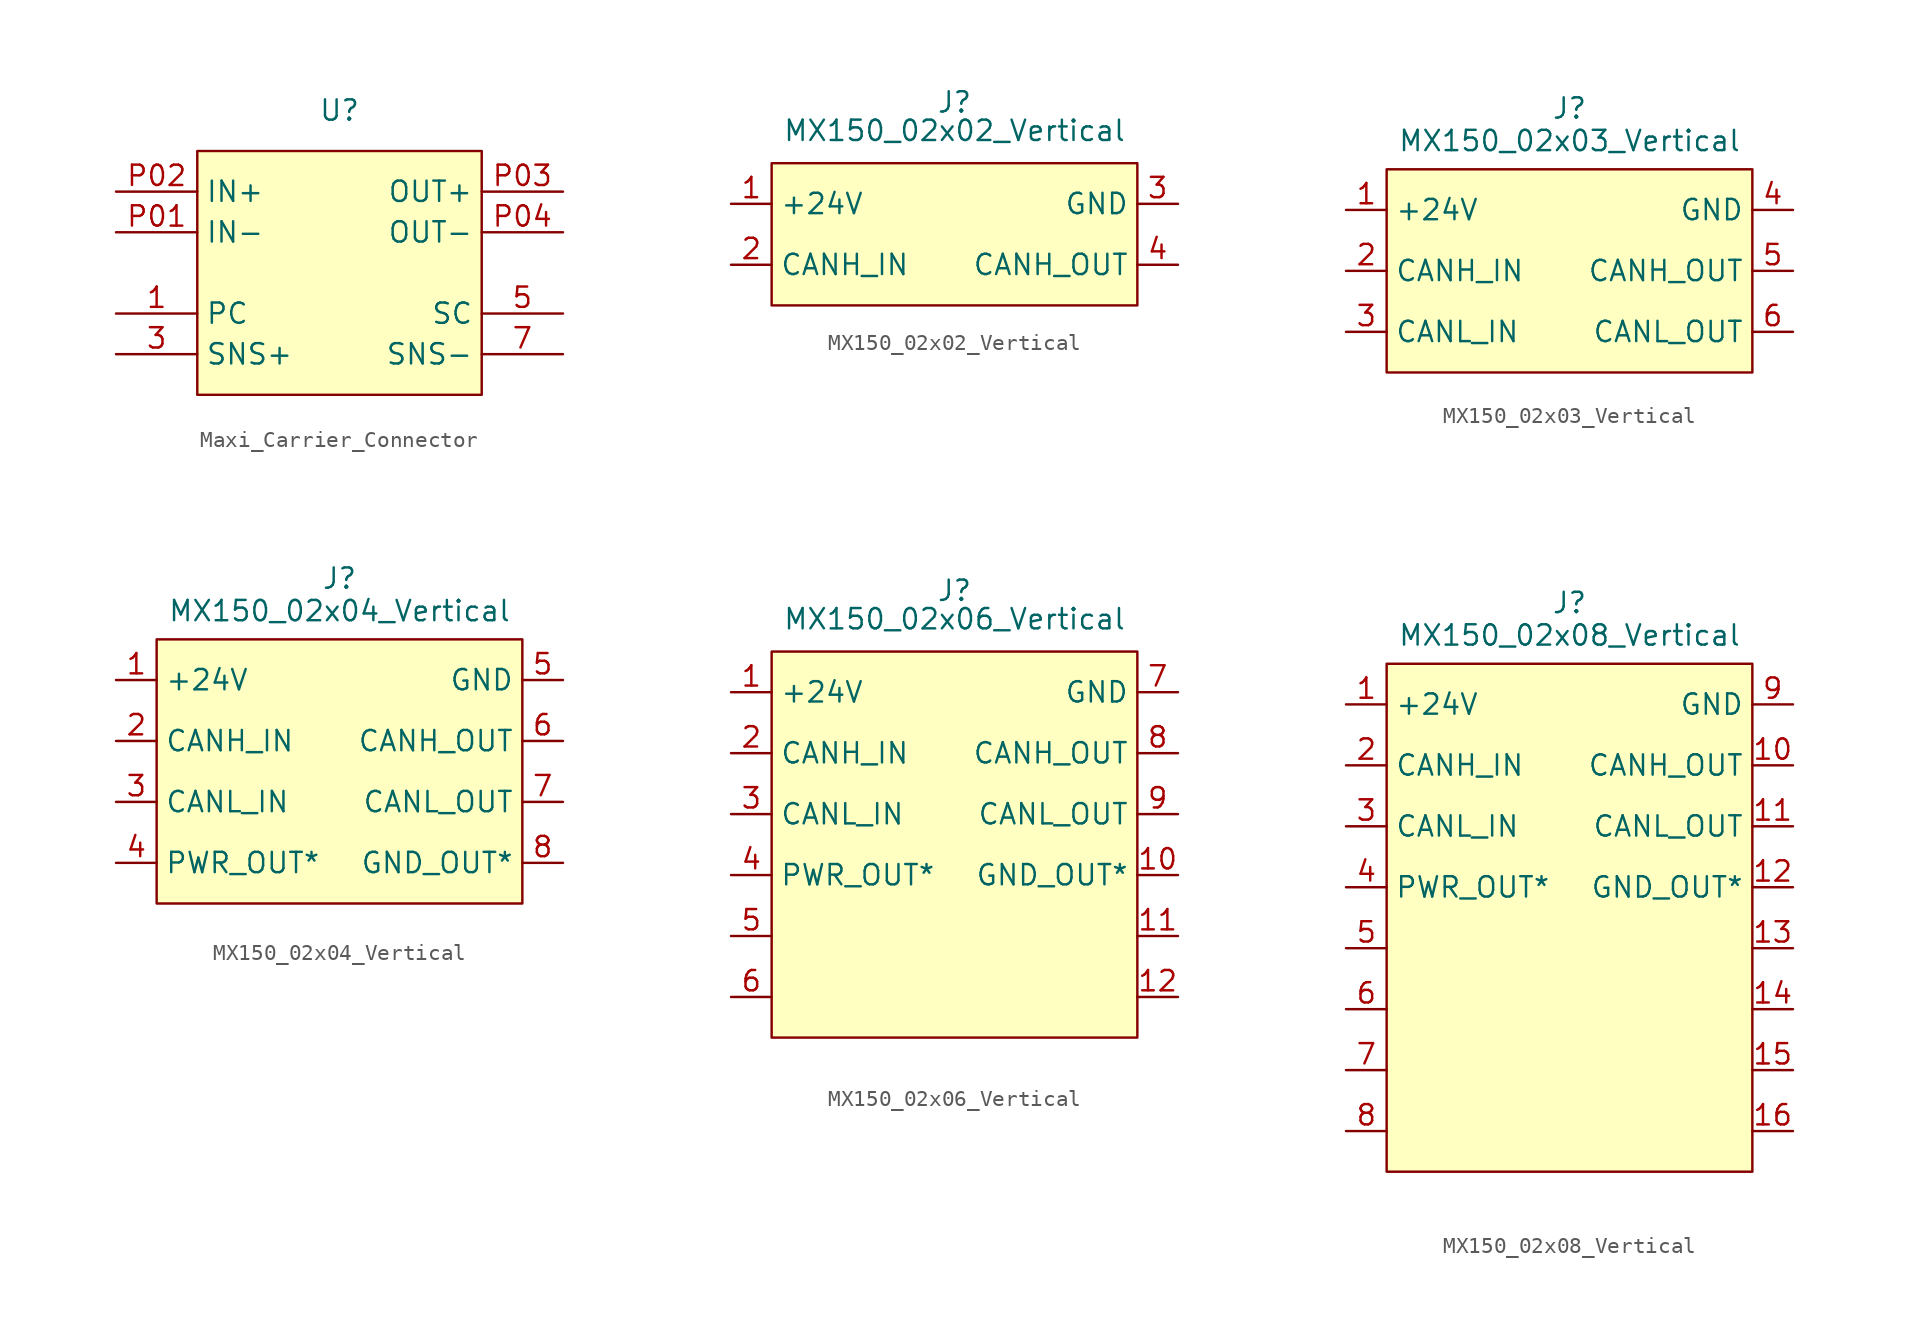
<source format=kicad_sym>
(kicad_symbol_lib
  (version 20241209)
  (generator "kicad_symbol_editor")
  (generator_version "9.0")
  (symbol "Maxi_Carrier_Connector"
    (property "Reference" "U"
      (at 0 0 0)
      (effects (font (size 1.27 1.27))))
    (property "Value" ""
      (at 0 0 0)
      (effects (font (size 1.27 1.27))))
    (symbol "Maxi_Carrier_Connector_1_1"
      (rectangle (start -8.89 -2.54) (end 8.89 -17.78) (stroke (width 0) (type solid)) (fill (type background)))
      (pin power_in line (at -13.97 -5.08 0) (length 5.08) (name "IN+" (effects (font (size 1.27 1.27)))) (number "P02" (effects (font (size 1.27 1.27)))))
      (pin power_in line (at -13.97 -7.62 0) (length 5.08) (name "IN-" (effects (font (size 1.27 1.27)))) (number "P01" (effects (font (size 1.27 1.27)))))
      (pin input line (at -13.97 -12.7 0) (length 5.08) (name "PC" (effects (font (size 1.27 1.27)))) (number "1" (effects (font (size 1.27 1.27)))))
      (pin input line (at -13.97 -15.24 0) (length 5.08) (name "SNS+" (effects (font (size 1.27 1.27)))) (number "3" (effects (font (size 1.27 1.27)))))
      (pin power_out line (at 13.97 -5.08 180) (length 5.08) (name "OUT+" (effects (font (size 1.27 1.27)))) (number "P03" (effects (font (size 1.27 1.27)))))
      (pin power_out line (at 13.97 -7.62 180) (length 5.08) (name "OUT-" (effects (font (size 1.27 1.27)))) (number "P04" (effects (font (size 1.27 1.27)))))
      (pin input line (at 13.97 -12.7 180) (length 5.08) (name "SC" (effects (font (size 1.27 1.27)))) (number "5" (effects (font (size 1.27 1.27)))))
      (pin input line (at 13.97 -15.24 180) (length 5.08) (name "SNS-" (effects (font (size 1.27 1.27)))) (number "7" (effects (font (size 1.27 1.27)))))))
  (symbol "MX150_02x02_Vertical"
    (property "Reference" "J"
      (at 0 0 0)
      (effects (font (size 1.27 1.27))))
    (property "Value" "MX150_02x02_Vertical"
      (at 0 -1.778 0)
      (effects (font (size 1.27 1.27))))
    (symbol "MX150_02x02_Vertical_1_1"
      (rectangle (start -11.43 -3.81) (end 11.43 -12.7) (stroke (width 0) (type solid)) (fill (type color) (color 255 255 194 1)))
      (pin power_in line (at -13.97 -6.35 0) (length 2.54) (name "+24V" (effects (font (size 1.27 1.27)))) (number "1" (effects (font (size 1.27 1.27)))))
      (pin bidirectional line (at -13.97 -10.16 0) (length 2.54) (name "CANH_IN" (effects (font (size 1.27 1.27)))) (number "2" (effects (font (size 1.27 1.27)))))
      (pin power_in line (at 13.97 -6.35 180) (length 2.54) (name "GND" (effects (font (size 1.27 1.27)))) (number "3" (effects (font (size 1.27 1.27)))))
      (pin bidirectional line (at 13.97 -10.16 180) (length 2.54) (name "CANH_OUT" (effects (font (size 1.27 1.27)))) (number "4" (effects (font (size 1.27 1.27)))))))
  (symbol "MX150_02x03_Vertical"
    (property "Reference" "J"
      (at 0 0 0)
      (effects (font (size 1.27 1.27))))
    (property "Value" "MX150_02x03_Vertical"
      (at 0 -2.032 0)
      (effects (font (size 1.27 1.27))))
    (symbol "MX150_02x03_Vertical_1_1"
      (rectangle (start -11.43 -3.81) (end 11.43 -16.51) (stroke (width 0) (type solid)) (fill (type color) (color 255 255 194 1)))
      (pin power_in line (at -13.97 -6.35 0) (length 2.54) (name "+24V" (effects (font (size 1.27 1.27)))) (number "1" (effects (font (size 1.27 1.27)))))
      (pin bidirectional line (at -13.97 -10.16 0) (length 2.54) (name "CANH_IN" (effects (font (size 1.27 1.27)))) (number "2" (effects (font (size 1.27 1.27)))))
      (pin bidirectional line (at -13.97 -13.97 0) (length 2.54) (name "CANL_IN" (effects (font (size 1.27 1.27)))) (number "3" (effects (font (size 1.27 1.27)))))
      (pin power_in line (at 13.97 -6.35 180) (length 2.54) (name "GND" (effects (font (size 1.27 1.27)))) (number "4" (effects (font (size 1.27 1.27)))))
      (pin bidirectional line (at 13.97 -10.16 180) (length 2.54) (name "CANH_OUT" (effects (font (size 1.27 1.27)))) (number "5" (effects (font (size 1.27 1.27)))))
      (pin bidirectional line (at 13.97 -13.97 180) (length 2.54) (name "CANL_OUT" (effects (font (size 1.27 1.27)))) (number "6" (effects (font (size 1.27 1.27)))))))
  (symbol "MX150_02x04_Vertical"
    (property "Reference" "J"
      (at 0 0 0)
      (effects (font (size 1.27 1.27))))
    (property "Value" "MX150_02x04_Vertical"
      (at 0 -2.032 0)
      (effects (font (size 1.27 1.27))))
    (symbol "MX150_02x04_Vertical_1_1"
      (rectangle (start -11.43 -3.81) (end 11.43 -20.32) (stroke (width 0) (type solid)) (fill (type color) (color 255 255 194 1)))
      (pin power_in line (at -13.97 -6.35 0) (length 2.54) (name "+24V" (effects (font (size 1.27 1.27)))) (number "1" (effects (font (size 1.27 1.27)))))
      (pin bidirectional line (at -13.97 -10.16 0) (length 2.54) (name "CANH_IN" (effects (font (size 1.27 1.27)))) (number "2" (effects (font (size 1.27 1.27)))))
      (pin bidirectional line (at -13.97 -13.97 0) (length 2.54) (name "CANL_IN" (effects (font (size 1.27 1.27)))) (number "3" (effects (font (size 1.27 1.27)))))
      (pin bidirectional line (at -13.97 -17.78 0) (length 2.54) (name "PWR_OUT*" (effects (font (size 1.27 1.27)))) (number "4" (effects (font (size 1.27 1.27)))))
      (pin power_in line (at 13.97 -6.35 180) (length 2.54) (name "GND" (effects (font (size 1.27 1.27)))) (number "5" (effects (font (size 1.27 1.27)))))
      (pin bidirectional line (at 13.97 -10.16 180) (length 2.54) (name "CANH_OUT" (effects (font (size 1.27 1.27)))) (number "6" (effects (font (size 1.27 1.27)))))
      (pin bidirectional line (at 13.97 -13.97 180) (length 2.54) (name "CANL_OUT" (effects (font (size 1.27 1.27)))) (number "7" (effects (font (size 1.27 1.27)))))
      (pin bidirectional line (at 13.97 -17.78 180) (length 2.54) (name "GND_OUT*" (effects (font (size 1.27 1.27)))) (number "8" (effects (font (size 1.27 1.27)))))))
  (symbol "MX150_02x06_Vertical"
    (property "Reference" "J"
      (at 0 0 0)
      (effects (font (size 1.27 1.27))))
    (property "Value" "MX150_02x06_Vertical"
      (at 0 -1.778 0)
      (effects (font (size 1.27 1.27))))
    (symbol "MX150_02x06_Vertical_1_1"
      (rectangle (start -11.43 -3.81) (end 11.43 -27.94) (stroke (width 0) (type solid)) (fill (type color) (color 255 255 194 1)))
      (pin power_in line (at -13.97 -6.35 0) (length 2.54) (name "+24V" (effects (font (size 1.27 1.27)))) (number "1" (effects (font (size 1.27 1.27)))))
      (pin bidirectional line (at -13.97 -10.16 0) (length 2.54) (name "CANH_IN" (effects (font (size 1.27 1.27)))) (number "2" (effects (font (size 1.27 1.27)))))
      (pin bidirectional line (at -13.97 -13.97 0) (length 2.54) (name "CANL_IN" (effects (font (size 1.27 1.27)))) (number "3" (effects (font (size 1.27 1.27)))))
      (pin bidirectional line (at -13.97 -17.78 0) (length 2.54) (name "PWR_OUT*" (effects (font (size 1.27 1.27)))) (number "4" (effects (font (size 1.27 1.27)))))
      (pin bidirectional line (at -13.97 -21.59 0) (length 2.54) (name "" (effects (font (size 1.27 1.27)))) (number "5" (effects (font (size 1.27 1.27)))))
      (pin bidirectional line (at -13.97 -25.4 0) (length 2.54) (name "" (effects (font (size 1.27 1.27)))) (number "6" (effects (font (size 1.27 1.27)))))
      (pin power_in line (at 13.97 -6.35 180) (length 2.54) (name "GND" (effects (font (size 1.27 1.27)))) (number "7" (effects (font (size 1.27 1.27)))))
      (pin bidirectional line (at 13.97 -10.16 180) (length 2.54) (name "CANH_OUT" (effects (font (size 1.27 1.27)))) (number "8" (effects (font (size 1.27 1.27)))))
      (pin bidirectional line (at 13.97 -13.97 180) (length 2.54) (name "CANL_OUT" (effects (font (size 1.27 1.27)))) (number "9" (effects (font (size 1.27 1.27)))))
      (pin bidirectional line (at 13.97 -17.78 180) (length 2.54) (name "GND_OUT*" (effects (font (size 1.27 1.27)))) (number "10" (effects (font (size 1.27 1.27)))))
      (pin power_in line (at 13.97 -21.59 180) (length 2.54) (name "" (effects (font (size 1.27 1.27)))) (number "11" (effects (font (size 1.27 1.27)))))
      (pin bidirectional line (at 13.97 -25.4 180) (length 2.54) (name "" (effects (font (size 1.27 1.27)))) (number "12" (effects (font (size 1.27 1.27)))))))
  (symbol "MX150_02x08_Vertical"
    (property "Reference" "J"
      (at 0 0 0)
      (effects (font (size 1.27 1.27))))
    (property "Value" "MX150_02x08_Vertical"
      (at 0 -2.032 0)
      (effects (font (size 1.27 1.27))))
    (symbol "MX150_02x08_Vertical_1_1"
      (rectangle (start -11.43 -3.81) (end 11.43 -35.56) (stroke (width 0) (type solid)) (fill (type color) (color 255 255 194 1)))
      (pin power_in line (at -13.97 -6.35 0) (length 2.54) (name "+24V" (effects (font (size 1.27 1.27)))) (number "1" (effects (font (size 1.27 1.27)))))
      (pin bidirectional line (at -13.97 -10.16 0) (length 2.54) (name "CANH_IN" (effects (font (size 1.27 1.27)))) (number "2" (effects (font (size 1.27 1.27)))))
      (pin bidirectional line (at -13.97 -13.97 0) (length 2.54) (name "CANL_IN" (effects (font (size 1.27 1.27)))) (number "3" (effects (font (size 1.27 1.27)))))
      (pin bidirectional line (at -13.97 -17.78 0) (length 2.54) (name "PWR_OUT*" (effects (font (size 1.27 1.27)))) (number "4" (effects (font (size 1.27 1.27)))))
      (pin bidirectional line (at -13.97 -21.59 0) (length 2.54) (name "" (effects (font (size 1.27 1.27)))) (number "5" (effects (font (size 1.27 1.27)))))
      (pin bidirectional line (at -13.97 -25.4 0) (length 2.54) (name "" (effects (font (size 1.27 1.27)))) (number "6" (effects (font (size 1.27 1.27)))))
      (pin bidirectional line (at -13.97 -29.21 0) (length 2.54) (name "" (effects (font (size 1.27 1.27)))) (number "7" (effects (font (size 1.27 1.27)))))
      (pin bidirectional line (at -13.97 -33.02 0) (length 2.54) (name "" (effects (font (size 1.27 1.27)))) (number "8" (effects (font (size 1.27 1.27)))))
      (pin power_in line (at 13.97 -6.35 180) (length 2.54) (name "GND" (effects (font (size 1.27 1.27)))) (number "9" (effects (font (size 1.27 1.27)))))
      (pin bidirectional line (at 13.97 -10.16 180) (length 2.54) (name "CANH_OUT" (effects (font (size 1.27 1.27)))) (number "10" (effects (font (size 1.27 1.27)))))
      (pin bidirectional line (at 13.97 -13.97 180) (length 2.54) (name "CANL_OUT" (effects (font (size 1.27 1.27)))) (number "11" (effects (font (size 1.27 1.27)))))
      (pin bidirectional line (at 13.97 -17.78 180) (length 2.54) (name "GND_OUT*" (effects (font (size 1.27 1.27)))) (number "12" (effects (font (size 1.27 1.27)))))
      (pin power_in line (at 13.97 -21.59 180) (length 2.54) (name "" (effects (font (size 1.27 1.27)))) (number "13" (effects (font (size 1.27 1.27)))))
      (pin bidirectional line (at 13.97 -25.4 180) (length 2.54) (name "" (effects (font (size 1.27 1.27)))) (number "14" (effects (font (size 1.27 1.27)))))
      (pin bidirectional line (at 13.97 -29.21 180) (length 2.54) (name "" (effects (font (size 1.27 1.27)))) (number "15" (effects (font (size 1.27 1.27)))))
      (pin bidirectional line (at 13.97 -33.02 180) (length 2.54) (name "" (effects (font (size 1.27 1.27)))) (number "16" (effects (font (size 1.27 1.27))))))))
</source>
